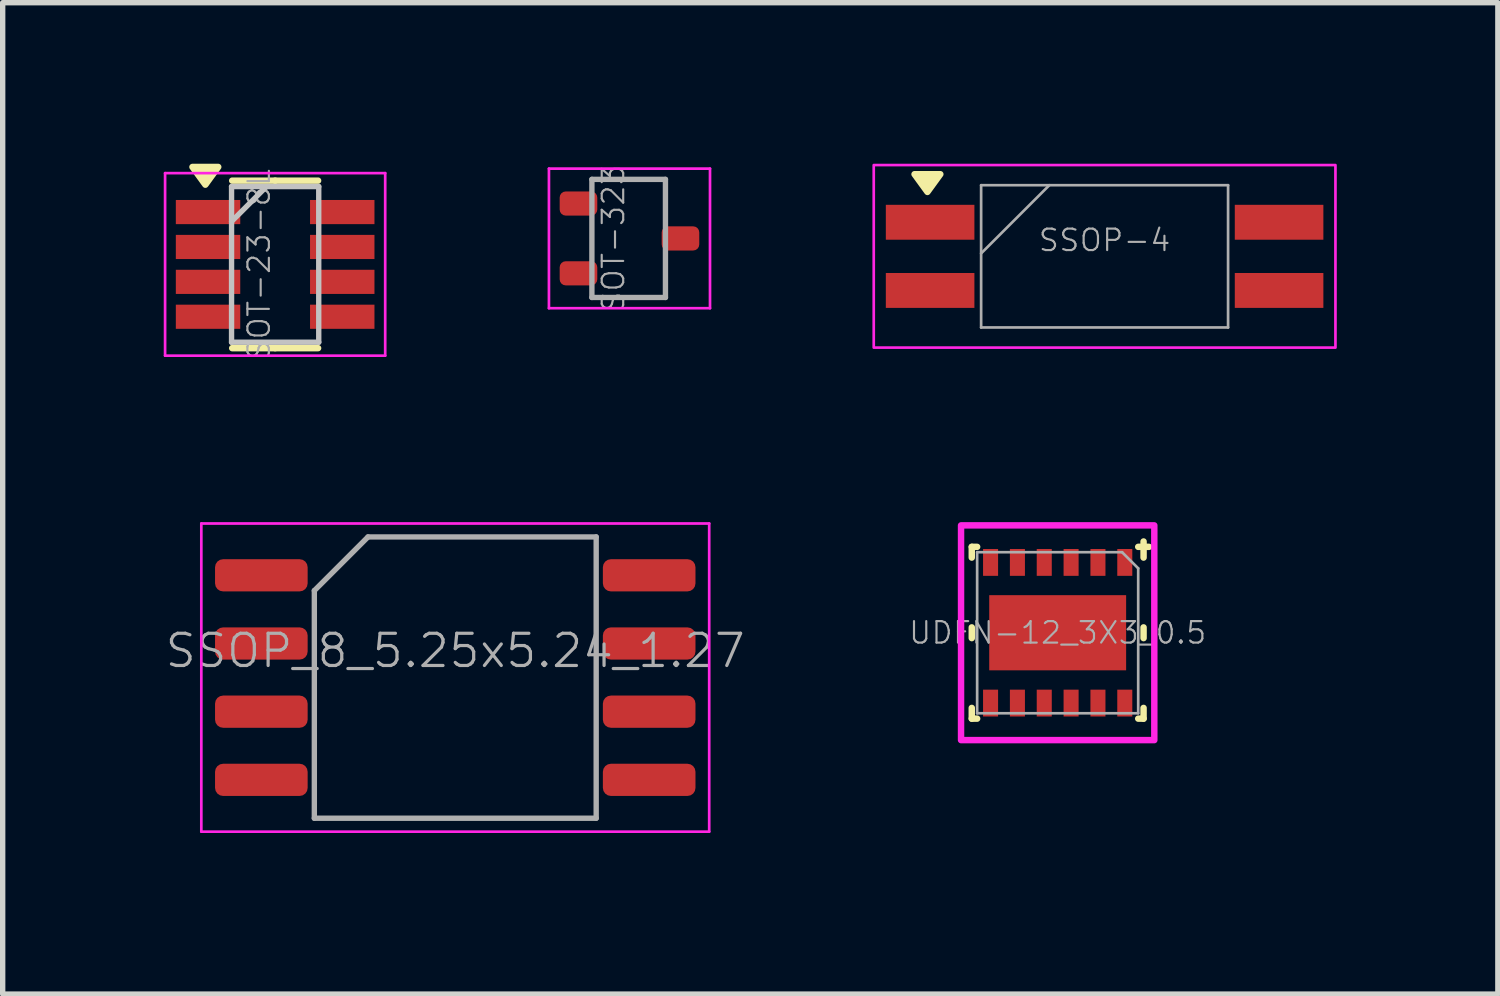
<source format=kicad_pcb>
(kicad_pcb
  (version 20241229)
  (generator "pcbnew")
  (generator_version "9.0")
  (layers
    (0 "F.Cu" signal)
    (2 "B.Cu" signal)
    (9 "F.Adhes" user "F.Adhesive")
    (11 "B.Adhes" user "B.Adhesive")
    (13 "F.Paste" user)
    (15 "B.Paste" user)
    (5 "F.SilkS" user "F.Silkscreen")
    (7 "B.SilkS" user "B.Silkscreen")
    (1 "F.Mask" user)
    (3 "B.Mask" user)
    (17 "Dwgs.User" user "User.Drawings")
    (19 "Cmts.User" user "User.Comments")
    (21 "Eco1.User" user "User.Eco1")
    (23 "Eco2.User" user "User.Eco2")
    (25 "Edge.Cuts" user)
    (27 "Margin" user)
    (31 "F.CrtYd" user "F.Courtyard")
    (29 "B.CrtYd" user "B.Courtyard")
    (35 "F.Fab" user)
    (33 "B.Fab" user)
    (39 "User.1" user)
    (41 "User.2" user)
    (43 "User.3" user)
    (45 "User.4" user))
  (footprint "SSOP-4"
    (layer "F.Cu")
    (at 17.525 1.725)
    (property "Reference" "SSOP-4" (at 0 -0.3 0) (layer "F.Fab") (effects (font (size 0.4 0.4) (thickness 0.04))))
    (attr smd)
    (fp_poly (pts (xy -3.3 -1.2) (xy -3.54 -1.53) (xy -3.06 -1.53) (xy -3.3 -1.2)) (stroke (width 0.12) (type solid)) (fill yes) (layer "F.SilkS"))
    (fp_rect (start -4.3 -1.7) (end 4.3 1.7) (stroke (width 0.05) (type default)) (fill no) (layer "F.CrtYd"))
    (fp_line (start -2.3 -1.325) (end 2.3 -1.325) (stroke (width 0.05) (type solid)) (layer "F.Fab"))
    (fp_line (start -2.3 -0.055) (end -1.03 -1.325) (stroke (width 0.05) (type solid)) (layer "F.Fab"))
    (fp_line (start -2.3 1.325) (end -2.3 -1.325) (stroke (width 0.05) (type solid)) (layer "F.Fab"))
    (fp_line (start 2.3 -1.325) (end 2.3 1.325) (stroke (width 0.05) (type solid)) (layer "F.Fab"))
    (fp_line (start 2.3 1.325) (end -2.3 1.325) (stroke (width 0.05) (type solid)) (layer "F.Fab"))
    (pad "1" smd rect (at -3.25 -0.635 90) (size 0.65 1.65) (layers "F.Cu" "F.Mask" "F.Paste"))
    (pad "2" smd rect (at -3.25 0.635 90) (size 0.65 1.65) (layers "F.Cu" "F.Mask" "F.Paste"))
    (pad "3" smd rect (at 3.25 0.635 90) (size 0.65 1.65) (layers "F.Cu" "F.Mask" "F.Paste"))
    (pad "4" smd rect (at 3.25 -0.635 90) (size 0.65 1.65) (layers "F.Cu" "F.Mask" "F.Paste")))
  (footprint "UDFN-12_3X3_0.5"
    (layer "F.Cu")
    (at 16.651 8.736)
    (property "Reference" "UDFN-12_3X3_0.5" (at 0 0 0) (layer "F.Fab") (effects (font (size 0.4 0.4) (thickness 0.04))))
    (attr smd)
    (fp_line (start -1.6 -1.6) (end -1.6 -1.4) (stroke (width 0.12) (type default)) (layer "F.SilkS"))
    (fp_line (start -1.6 -1.6) (end -1.5 -1.6) (stroke (width 0.12) (type default)) (layer "F.SilkS"))
    (fp_line (start -1.6 -0.1) (end -1.6 0.1) (stroke (width 0.12) (type default)) (layer "F.SilkS"))
    (fp_line (start -1.6 1.6) (end -1.6 1.4) (stroke (width 0.12) (type default)) (layer "F.SilkS"))
    (fp_line (start -1.6 1.6) (end -1.5 1.6) (stroke (width 0.12) (type default)) (layer "F.SilkS"))
    (fp_line (start 1.6 -1.6) (end 1.5 -1.6) (stroke (width 0.12) (type default)) (layer "F.SilkS"))
    (fp_line (start 1.6 -1.6) (end 1.6 -1.7) (stroke (width 0.12) (type default)) (layer "F.SilkS"))
    (fp_line (start 1.6 -1.6) (end 1.7 -1.6) (stroke (width 0.12) (type default)) (layer "F.SilkS"))
    (fp_line (start 1.6 -1.4) (end 1.6 -1.6) (stroke (width 0.12) (type default)) (layer "F.SilkS"))
    (fp_line (start 1.6 -0.1) (end 1.6 0.1) (stroke (width 0.12) (type default)) (layer "F.SilkS"))
    (fp_line (start 1.6 1.6) (end 1.5 1.6) (stroke (width 0.12) (type default)) (layer "F.SilkS"))
    (fp_line (start 1.6 1.6) (end 1.6 1.4) (stroke (width 0.12) (type default)) (layer "F.SilkS"))
    (fp_rect (start -1.8 -2) (end 1.8 2) (stroke (width 0.12) (type default)) (fill no) (layer "F.CrtYd"))
    (fp_line (start -1.5 -1.5) (end -1.5 1.5) (stroke (width 0.05) (type solid)) (layer "F.Fab"))
    (fp_line (start -1.5 1.5) (end 1.5 1.5) (stroke (width 0.05) (type solid)) (layer "F.Fab"))
    (fp_line (start 1.2 -1.5) (end -1.5 -1.5) (stroke (width 0.05) (type solid)) (layer "F.Fab"))
    (fp_line (start 1.5 -1.2) (end 1.2 -1.5) (stroke (width 0.05) (type solid)) (layer "F.Fab"))
    (fp_line (start 1.5 1.5) (end 1.5 -1.2) (stroke (width 0.05) (type solid)) (layer "F.Fab"))
    (pad "1" smd rect (at 1.25 -1.31) (size 0.28 0.5) (layers "F.Cu" "F.Mask" "F.Paste"))
    (pad "2" smd rect (at 0.75 -1.31) (size 0.28 0.5) (layers "F.Cu" "F.Mask" "F.Paste"))
    (pad "3" smd rect (at 0.25 -1.31) (size 0.28 0.5) (layers "F.Cu" "F.Mask" "F.Paste"))
    (pad "4" smd rect (at -0.25 -1.31) (size 0.28 0.5) (layers "F.Cu" "F.Mask" "F.Paste"))
    (pad "5" smd rect (at -0.75 -1.31) (size 0.28 0.5) (layers "F.Cu" "F.Mask" "F.Paste"))
    (pad "6" smd rect (at -1.25 -1.31) (size 0.28 0.5) (layers "F.Cu" "F.Mask" "F.Paste"))
    (pad "7" smd rect (at -1.25 1.31) (size 0.28 0.5) (layers "F.Cu" "F.Mask" "F.Paste"))
    (pad "8" smd rect (at -0.75 1.31) (size 0.28 0.5) (layers "F.Cu" "F.Mask" "F.Paste"))
    (pad "9" smd rect (at -0.25 1.31) (size 0.28 0.5) (layers "F.Cu" "F.Mask" "F.Paste"))
    (pad "10" smd rect (at 0.25 1.31) (size 0.28 0.5) (layers "F.Cu" "F.Mask" "F.Paste"))
    (pad "11" smd rect (at 0.75 1.31) (size 0.28 0.5) (layers "F.Cu" "F.Mask" "F.Paste"))
    (pad "12" smd rect (at 1.25 1.31) (size 0.28 0.5) (layers "F.Cu" "F.Mask" "F.Paste"))
    (pad "13" smd rect (at 0 0) (size 2.55 1.4) (layers "F.Cu" "F.Mask" "F.Paste")))
  (footprint "SSOP_8_5.25x5.24_1.27"
    (layer "F.Cu")
    (at 5.43 9.571)
    (property "Reference" "SSOP_8_5.25x5.24_1.27" (at 0 -0.5 0) (layer "F.Fab") (effects (font (size 0.6 0.6) (thickness 0.06))))
    (attr smd)
    (fp_line (start -4.73 -2.87) (end -4.73 2.87) (stroke (width 0.05) (type solid)) (layer "F.CrtYd"))
    (fp_line (start -4.73 2.87) (end 4.73 2.87) (stroke (width 0.05) (type solid)) (layer "F.CrtYd"))
    (fp_line (start 4.73 -2.87) (end -4.73 -2.87) (stroke (width 0.05) (type solid)) (layer "F.CrtYd"))
    (fp_line (start 4.73 2.87) (end 4.73 -2.87) (stroke (width 0.05) (type solid)) (layer "F.CrtYd"))
    (fp_line (start -2.625 -1.62) (end -1.625 -2.62) (stroke (width 0.1) (type solid)) (layer "F.Fab"))
    (fp_line (start -2.625 2.62) (end -2.625 -1.62) (stroke (width 0.1) (type solid)) (layer "F.Fab"))
    (fp_line (start -1.625 -2.62) (end 2.625 -2.62) (stroke (width 0.1) (type solid)) (layer "F.Fab"))
    (fp_line (start 2.625 -2.62) (end 2.625 2.62) (stroke (width 0.1) (type solid)) (layer "F.Fab"))
    (fp_line (start 2.625 2.62) (end -2.625 2.62) (stroke (width 0.1) (type solid)) (layer "F.Fab"))
    (pad "1" smd roundrect (at -3.612 -1.905) (size 1.725 0.6) (layers "F.Cu" "F.Mask" "F.Paste") (roundrect_rratio 0.25))
    (pad "2" smd roundrect (at -3.612 -0.635) (size 1.725 0.6) (layers "F.Cu" "F.Mask" "F.Paste") (roundrect_rratio 0.25))
    (pad "3" smd roundrect (at -3.612 0.635) (size 1.725 0.6) (layers "F.Cu" "F.Mask" "F.Paste") (roundrect_rratio 0.25))
    (pad "4" smd roundrect (at -3.612 1.905) (size 1.725 0.6) (layers "F.Cu" "F.Mask" "F.Paste") (roundrect_rratio 0.25))
    (pad "5" smd roundrect (at 3.612 1.905) (size 1.725 0.6) (layers "F.Cu" "F.Mask" "F.Paste") (roundrect_rratio 0.25))
    (pad "6" smd roundrect (at 3.612 0.635) (size 1.725 0.6) (layers "F.Cu" "F.Mask" "F.Paste") (roundrect_rratio 0.25))
    (pad "7" smd roundrect (at 3.612 -0.635) (size 1.725 0.6) (layers "F.Cu" "F.Mask" "F.Paste") (roundrect_rratio 0.25))
    (pad "8" smd roundrect (at 3.612 -1.905) (size 1.725 0.6) (layers "F.Cu" "F.Mask" "F.Paste") (roundrect_rratio 0.25)))
  (footprint "SOT-23-8L"
    (layer "F.Cu")
    (at 2.075 1.875)
    (property "Reference" "SOT-23-8L" (at -0.3 0 90) (layer "F.Fab") (effects (font (size 0.4 0.4) (thickness 0.04))))
    (attr smd)
    (fp_line (start 0 -1.56) (end -0.8 -1.56) (stroke (width 0.12) (type solid)) (layer "F.SilkS"))
    (fp_line (start 0 -1.56) (end 0.8 -1.56) (stroke (width 0.12) (type solid)) (layer "F.SilkS"))
    (fp_line (start 0 1.56) (end -0.8 1.56) (stroke (width 0.12) (type solid)) (layer "F.SilkS"))
    (fp_line (start 0 1.56) (end 0.8 1.56) (stroke (width 0.12) (type solid)) (layer "F.SilkS"))
    (fp_poly (pts (xy -1.3 -1.485) (xy -1.54 -1.815) (xy -1.06 -1.815) (xy -1.3 -1.485)) (stroke (width 0.12) (type solid)) (fill yes) (layer "F.SilkS"))
    (fp_line (start -0.812 -1.45) (end 0.812 -1.45) (stroke (width 0.1) (type solid)) (layer "Dwgs.User"))
    (fp_line (start -0.812 -0.8) (end -0.162 -1.45) (stroke (width 0.1) (type solid)) (layer "Dwgs.User"))
    (fp_line (start -0.812 1.45) (end -0.812 -1.45) (stroke (width 0.1) (type solid)) (layer "Dwgs.User"))
    (fp_line (start 0.812 -1.45) (end 0.812 1.45) (stroke (width 0.1) (type solid)) (layer "Dwgs.User"))
    (fp_line (start 0.812 1.45) (end -0.812 1.45) (stroke (width 0.1) (type solid)) (layer "Dwgs.User"))
    (fp_line (start -2.05 -1.7) (end -2.05 1.7) (stroke (width 0.05) (type solid)) (layer "F.CrtYd"))
    (fp_line (start -2.05 1.7) (end 2.05 1.7) (stroke (width 0.05) (type solid)) (layer "F.CrtYd"))
    (fp_line (start 2.05 -1.7) (end -2.05 -1.7) (stroke (width 0.05) (type solid)) (layer "F.CrtYd"))
    (fp_line (start 2.05 1.7) (end 2.05 -1.7) (stroke (width 0.05) (type solid)) (layer "F.CrtYd"))
    (pad "1" smd rect (at -1.25 -0.975 90) (size 0.45 1.2) (layers "F.Cu" "F.Mask" "F.Paste"))
    (pad "2" smd rect (at -1.25 -0.325 90) (size 0.45 1.2) (layers "F.Cu" "F.Mask" "F.Paste"))
    (pad "3" smd rect (at -1.25 0.325 90) (size 0.45 1.2) (layers "F.Cu" "F.Mask" "F.Paste"))
    (pad "4" smd rect (at -1.25 0.975 90) (size 0.45 1.2) (layers "F.Cu" "F.Mask" "F.Paste"))
    (pad "5" smd rect (at 1.25 0.975 90) (size 0.45 1.2) (layers "F.Cu" "F.Mask" "F.Paste"))
    (pad "6" smd rect (at 1.25 0.325 90) (size 0.45 1.2) (layers "F.Cu" "F.Mask" "F.Paste"))
    (pad "7" smd rect (at 1.25 -0.325 90) (size 0.45 1.2) (layers "F.Cu" "F.Mask" "F.Paste"))
    (pad "8" smd rect (at 1.25 -0.975 90) (size 0.45 1.2) (layers "F.Cu" "F.Mask" "F.Paste")))
  (footprint "SOT-323"
    (layer "F.Cu")
    (at 8.675 1.391)
    (property "Reference" "SOT-323" (at -0.3 0 90) (layer "F.Fab") (effects (font (size 0.4 0.4) (thickness 0.04))))
    (attr smd)
    (fp_line (start -1.5 -1.3) (end 1.5 -1.3) (stroke (width 0.05) (type solid)) (layer "F.CrtYd"))
    (fp_line (start -1.5 1.3) (end -1.5 -1.3) (stroke (width 0.05) (type solid)) (layer "F.CrtYd"))
    (fp_line (start 1.5 -1.3) (end 1.5 1.3) (stroke (width 0.05) (type solid)) (layer "F.CrtYd"))
    (fp_line (start 1.5 1.3) (end -1.5 1.3) (stroke (width 0.05) (type solid)) (layer "F.CrtYd"))
    (fp_line (start -0.7 -1.1) (end -0.7 1.1) (stroke (width 0.1) (type solid)) (layer "F.Fab"))
    (fp_line (start 0.67 -1.1) (end -0.7 -1.1) (stroke (width 0.1) (type solid)) (layer "F.Fab"))
    (fp_line (start 0.67 -1.1) (end 0.67 1.1) (stroke (width 0.1) (type solid)) (layer "F.Fab"))
    (fp_line (start 0.67 1.1) (end -0.7 1.1) (stroke (width 0.1) (type solid)) (layer "F.Fab"))
    (pad "1" smd roundrect (at -0.95 -0.65 270) (size 0.45 0.7) (layers "F.Cu" "F.Mask" "F.Paste") (roundrect_rratio 0.25))
    (pad "2" smd roundrect (at -0.95 0.65 270) (size 0.45 0.7) (layers "F.Cu" "F.Mask" "F.Paste") (roundrect_rratio 0.25))
    (pad "3" smd roundrect (at 0.95 0 270) (size 0.45 0.7) (layers "F.Cu" "F.Mask" "F.Paste") (roundrect_rratio 0.25)))
  (gr_rect
    (start -3 -3)
    (end 24.85 15.466)
    (stroke (width 0.1) (type default))
    (fill no)
    (layer "Edge.Cuts")))
</source>
